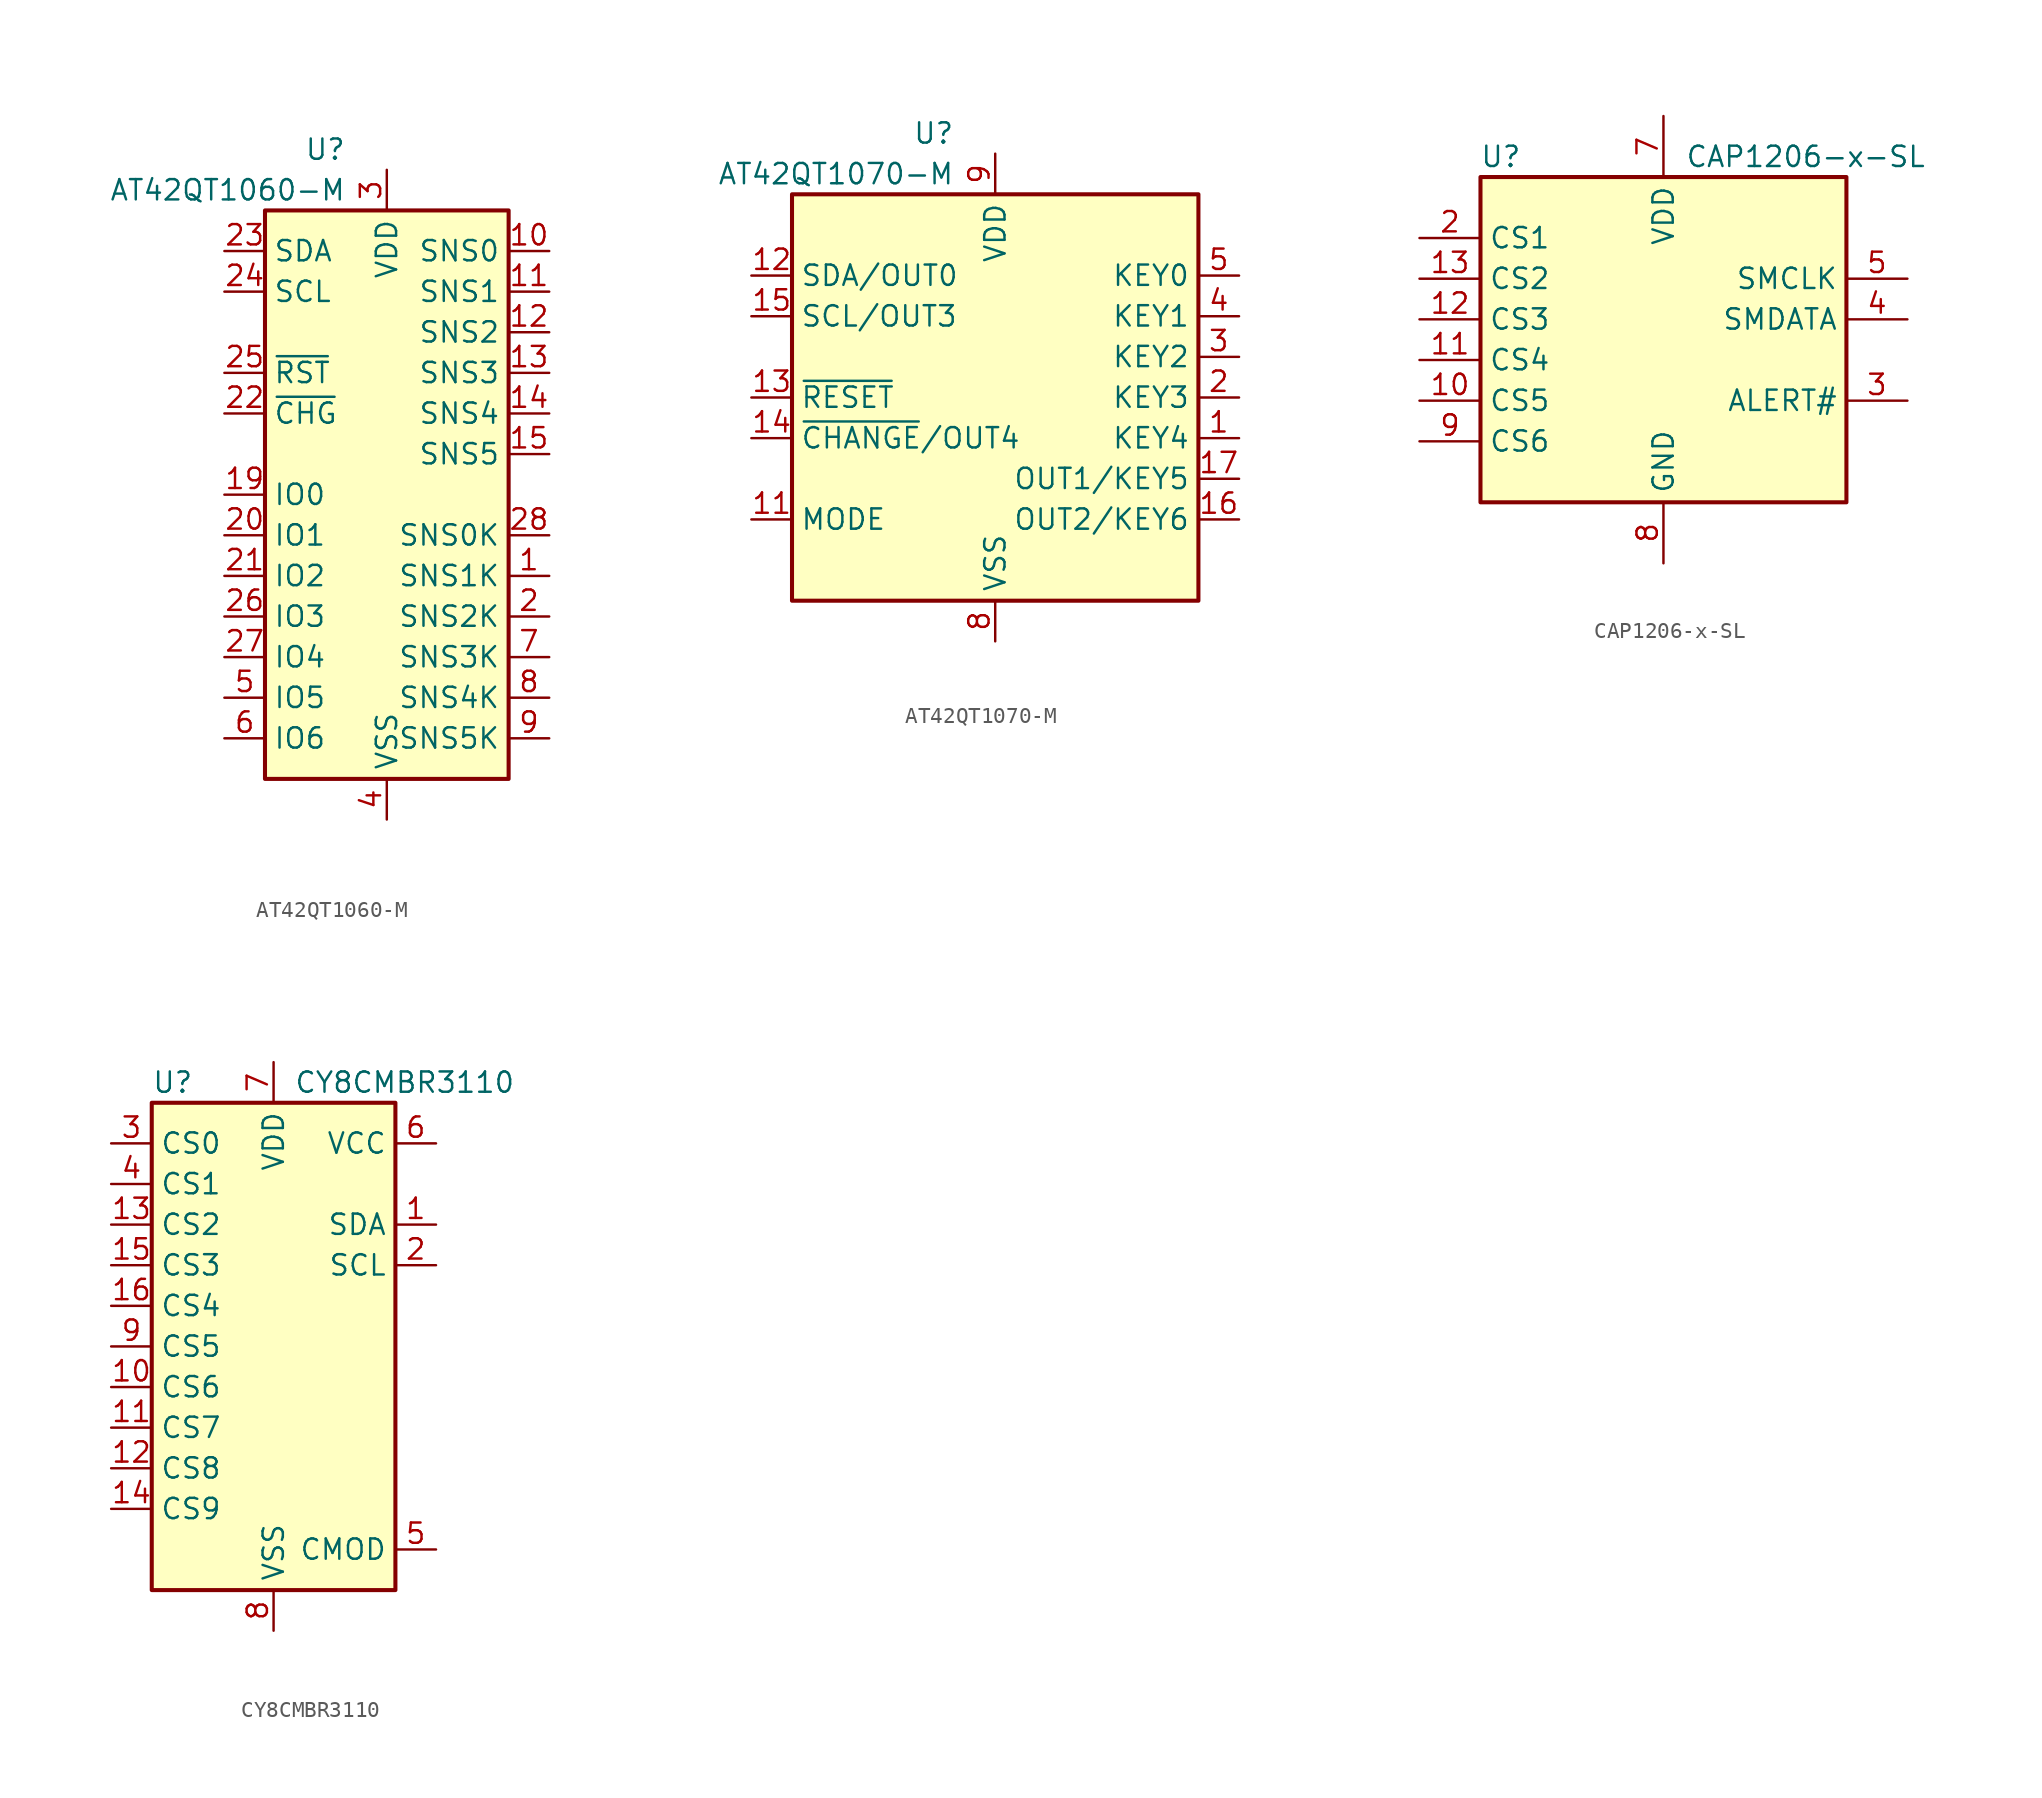
<source format=kicad_sym>
(kicad_symbol_lib
  (version 20231120)
  (generator "kicad_symbol_editor")
  (generator_version "8.0")
  (symbol "AT42QT1060-M"
    (property "Reference" "U"
      (at -2.54 21.59 0)
      (effects (font (size 1.27 1.27)) (justify right)))
    (property "Value" "AT42QT1060-M"
      (at -2.54 19.05 0)
      (effects (font (size 1.27 1.27)) (justify right)))
    (symbol "AT42QT1060-M_0_1"
      (rectangle (start 7.62 17.78) (end -7.62 -17.78) (stroke (width 0.254) (type default)) (fill (type background))))
    (symbol "AT42QT1060-M_1_1"
      (pin passive line (at 10.16 -5.08 180) (length 2.54) (name "SNS1K" (effects (font (size 1.27 1.27)))) (number "1" (effects (font (size 1.27 1.27)))))
      (pin passive line (at 10.16 15.24 180) (length 2.54) (name "SNS0" (effects (font (size 1.27 1.27)))) (number "10" (effects (font (size 1.27 1.27)))))
      (pin passive line (at 10.16 12.7 180) (length 2.54) (name "SNS1" (effects (font (size 1.27 1.27)))) (number "11" (effects (font (size 1.27 1.27)))))
      (pin passive line (at 10.16 10.16 180) (length 2.54) (name "SNS2" (effects (font (size 1.27 1.27)))) (number "12" (effects (font (size 1.27 1.27)))))
      (pin passive line (at 10.16 7.62 180) (length 2.54) (name "SNS3" (effects (font (size 1.27 1.27)))) (number "13" (effects (font (size 1.27 1.27)))))
      (pin passive line (at 10.16 5.08 180) (length 2.54) (name "SNS4" (effects (font (size 1.27 1.27)))) (number "14" (effects (font (size 1.27 1.27)))))
      (pin passive line (at 10.16 2.54 180) (length 2.54) (name "SNS5" (effects (font (size 1.27 1.27)))) (number "15" (effects (font (size 1.27 1.27)))))
      (pin passive line (at 0 20.32 270) (length 2.54) hide (name "VDD" (effects (font (size 1.27 1.27)))) (number "16" (effects (font (size 1.27 1.27)))))
      (pin passive line (at 0 20.32 270) (length 2.54) hide (name "VDD" (effects (font (size 1.27 1.27)))) (number "17" (effects (font (size 1.27 1.27)))))
      (pin passive line (at 0 -20.32 90) (length 2.54) hide (name "VSS" (effects (font (size 1.27 1.27)))) (number "18" (effects (font (size 1.27 1.27)))))
      (pin bidirectional line (at -10.16 0 0) (length 2.54) (name "IO0" (effects (font (size 1.27 1.27)))) (number "19" (effects (font (size 1.27 1.27)))))
      (pin passive line (at 10.16 -7.62 180) (length 2.54) (name "SNS2K" (effects (font (size 1.27 1.27)))) (number "2" (effects (font (size 1.27 1.27)))))
      (pin bidirectional line (at -10.16 -2.54 0) (length 2.54) (name "IO1" (effects (font (size 1.27 1.27)))) (number "20" (effects (font (size 1.27 1.27)))))
      (pin bidirectional line (at -10.16 -5.08 0) (length 2.54) (name "IO2" (effects (font (size 1.27 1.27)))) (number "21" (effects (font (size 1.27 1.27)))))
      (pin open_collector line (at -10.16 5.08 0) (length 2.54) (name "~{CHG}" (effects (font (size 1.27 1.27)))) (number "22" (effects (font (size 1.27 1.27)))))
      (pin bidirectional line (at -10.16 15.24 0) (length 2.54) (name "SDA" (effects (font (size 1.27 1.27)))) (number "23" (effects (font (size 1.27 1.27)))))
      (pin input line (at -10.16 12.7 0) (length 2.54) (name "SCL" (effects (font (size 1.27 1.27)))) (number "24" (effects (font (size 1.27 1.27)))))
      (pin input line (at -10.16 7.62 0) (length 2.54) (name "~{RST}" (effects (font (size 1.27 1.27)))) (number "25" (effects (font (size 1.27 1.27)))))
      (pin bidirectional line (at -10.16 -7.62 0) (length 2.54) (name "IO3" (effects (font (size 1.27 1.27)))) (number "26" (effects (font (size 1.27 1.27)))))
      (pin bidirectional line (at -10.16 -10.16 0) (length 2.54) (name "IO4" (effects (font (size 1.27 1.27)))) (number "27" (effects (font (size 1.27 1.27)))))
      (pin passive line (at 10.16 -2.54 180) (length 2.54) (name "SNS0K" (effects (font (size 1.27 1.27)))) (number "28" (effects (font (size 1.27 1.27)))))
      (pin passive line (at 0 -20.32 90) (length 2.54) hide (name "VSS" (effects (font (size 1.27 1.27)))) (number "29" (effects (font (size 1.27 1.27)))))
      (pin power_in line (at 0 20.32 270) (length 2.54) (name "VDD" (effects (font (size 1.27 1.27)))) (number "3" (effects (font (size 1.27 1.27)))))
      (pin power_in line (at 0 -20.32 90) (length 2.54) (name "VSS" (effects (font (size 1.27 1.27)))) (number "4" (effects (font (size 1.27 1.27)))))
      (pin bidirectional line (at -10.16 -12.7 0) (length 2.54) (name "IO5" (effects (font (size 1.27 1.27)))) (number "5" (effects (font (size 1.27 1.27)))))
      (pin bidirectional line (at -10.16 -15.24 0) (length 2.54) (name "IO6" (effects (font (size 1.27 1.27)))) (number "6" (effects (font (size 1.27 1.27)))))
      (pin passive line (at 10.16 -10.16 180) (length 2.54) (name "SNS3K" (effects (font (size 1.27 1.27)))) (number "7" (effects (font (size 1.27 1.27)))))
      (pin passive line (at 10.16 -12.7 180) (length 2.54) (name "SNS4K" (effects (font (size 1.27 1.27)))) (number "8" (effects (font (size 1.27 1.27)))))
      (pin passive line (at 10.16 -15.24 180) (length 2.54) (name "SNS5K" (effects (font (size 1.27 1.27)))) (number "9" (effects (font (size 1.27 1.27)))))))
  (symbol "AT42QT1070-M"
    (property "Reference" "U"
      (at -2.54 16.51 0)
      (effects (font (size 1.27 1.27)) (justify right)))
    (property "Value" "AT42QT1070-M"
      (at -2.54 13.97 0)
      (effects (font (size 1.27 1.27)) (justify right)))
    (symbol "AT42QT1070-M_0_1"
      (rectangle (start -12.7 12.7) (end 12.7 -12.7) (stroke (width 0.254) (type default)) (fill (type background))))
    (symbol "AT42QT1070-M_1_1"
      (pin passive line (at 15.24 -2.54 180) (length 2.54) (name "KEY4" (effects (font (size 1.27 1.27)))) (number "1" (effects (font (size 1.27 1.27)))))
      (pin no_connect line (at -5.08 -12.7 90) (length 2.54) hide (name "NC" (effects (font (size 1.27 1.27)))) (number "10" (effects (font (size 1.27 1.27)))))
      (pin input line (at -15.24 -7.62 0) (length 2.54) (name "MODE" (effects (font (size 1.27 1.27)))) (number "11" (effects (font (size 1.27 1.27)))))
      (pin bidirectional line (at -15.24 7.62 0) (length 2.54) (name "SDA/OUT0" (effects (font (size 1.27 1.27)))) (number "12" (effects (font (size 1.27 1.27)))))
      (pin input line (at -15.24 0 0) (length 2.54) (name "~{RESET}" (effects (font (size 1.27 1.27)))) (number "13" (effects (font (size 1.27 1.27)))))
      (pin open_collector line (at -15.24 -2.54 0) (length 2.54) (name "~{CHANGE}/OUT4" (effects (font (size 1.27 1.27)))) (number "14" (effects (font (size 1.27 1.27)))))
      (pin bidirectional line (at -15.24 5.08 0) (length 2.54) (name "SCL/OUT3" (effects (font (size 1.27 1.27)))) (number "15" (effects (font (size 1.27 1.27)))))
      (pin output line (at 15.24 -7.62 180) (length 2.54) (name "OUT2/KEY6" (effects (font (size 1.27 1.27)))) (number "16" (effects (font (size 1.27 1.27)))))
      (pin output line (at 15.24 -5.08 180) (length 2.54) (name "OUT1/KEY5" (effects (font (size 1.27 1.27)))) (number "17" (effects (font (size 1.27 1.27)))))
      (pin no_connect line (at 5.08 -12.7 90) (length 2.54) hide (name "NC" (effects (font (size 1.27 1.27)))) (number "18" (effects (font (size 1.27 1.27)))))
      (pin no_connect line (at 7.62 -12.7 90) (length 2.54) hide (name "NC" (effects (font (size 1.27 1.27)))) (number "19" (effects (font (size 1.27 1.27)))))
      (pin passive line (at 15.24 0 180) (length 2.54) (name "KEY3" (effects (font (size 1.27 1.27)))) (number "2" (effects (font (size 1.27 1.27)))))
      (pin no_connect line (at 10.16 -12.7 90) (length 2.54) hide (name "NC" (effects (font (size 1.27 1.27)))) (number "20" (effects (font (size 1.27 1.27)))))
      (pin passive line (at 0 -15.24 90) (length 2.54) hide (name "VSS" (effects (font (size 1.27 1.27)))) (number "21" (effects (font (size 1.27 1.27)))))
      (pin passive line (at 15.24 2.54 180) (length 2.54) (name "KEY2" (effects (font (size 1.27 1.27)))) (number "3" (effects (font (size 1.27 1.27)))))
      (pin passive line (at 15.24 5.08 180) (length 2.54) (name "KEY1" (effects (font (size 1.27 1.27)))) (number "4" (effects (font (size 1.27 1.27)))))
      (pin passive line (at 15.24 7.62 180) (length 2.54) (name "KEY0" (effects (font (size 1.27 1.27)))) (number "5" (effects (font (size 1.27 1.27)))))
      (pin no_connect line (at -10.16 -12.7 90) (length 2.54) hide (name "NC" (effects (font (size 1.27 1.27)))) (number "6" (effects (font (size 1.27 1.27)))))
      (pin no_connect line (at -7.62 -12.7 90) (length 2.54) hide (name "NC" (effects (font (size 1.27 1.27)))) (number "7" (effects (font (size 1.27 1.27)))))
      (pin power_in line (at 0 -15.24 90) (length 2.54) (name "VSS" (effects (font (size 1.27 1.27)))) (number "8" (effects (font (size 1.27 1.27)))))
      (pin power_in line (at 0 15.24 270) (length 2.54) (name "VDD" (effects (font (size 1.27 1.27)))) (number "9" (effects (font (size 1.27 1.27)))))))
  (symbol "CAP1206-x-SL"
    (property "Reference" "U"
      (at -10.16 12.7 0)
      (effects (font (size 1.27 1.27))))
    (property "Value" "CAP1206-x-SL"
      (at 8.89 12.7 0)
      (effects (font (size 1.27 1.27))))
    (symbol "CAP1206-x-SL_0_1"
      (rectangle (start -11.43 11.43) (end 11.43 -8.89) (stroke (width 0.254) (type default)) (fill (type background))))
    (symbol "CAP1206-x-SL_1_1"
      (pin passive line (at -15.24 -2.54 0) (length 3.81) (name "CS5" (effects (font (size 1.27 1.27)))) (number "10" (effects (font (size 1.27 1.27)))))
      (pin passive line (at -15.24 0 0) (length 3.81) (name "CS4" (effects (font (size 1.27 1.27)))) (number "11" (effects (font (size 1.27 1.27)))))
      (pin passive line (at -15.24 2.54 0) (length 3.81) (name "CS3" (effects (font (size 1.27 1.27)))) (number "12" (effects (font (size 1.27 1.27)))))
      (pin passive line (at -15.24 5.08 0) (length 3.81) (name "CS2" (effects (font (size 1.27 1.27)))) (number "13" (effects (font (size 1.27 1.27)))))
      (pin passive line (at -15.24 7.62 0) (length 3.81) (name "CS1" (effects (font (size 1.27 1.27)))) (number "2" (effects (font (size 1.27 1.27)))))
      (pin open_collector line (at 15.24 -2.54 180) (length 3.81) (name "ALERT#" (effects (font (size 1.27 1.27)))) (number "3" (effects (font (size 1.27 1.27)))))
      (pin bidirectional line (at 15.24 2.54 180) (length 3.81) (name "SMDATA" (effects (font (size 1.27 1.27)))) (number "4" (effects (font (size 1.27 1.27)))))
      (pin input line (at 15.24 5.08 180) (length 3.81) (name "SMCLK" (effects (font (size 1.27 1.27)))) (number "5" (effects (font (size 1.27 1.27)))))
      (pin power_in line (at 0 15.24 270) (length 3.81) (name "VDD" (effects (font (size 1.27 1.27)))) (number "7" (effects (font (size 1.27 1.27)))))
      (pin power_in line (at 0 -12.7 90) (length 3.81) (name "GND" (effects (font (size 1.27 1.27)))) (number "8" (effects (font (size 1.27 1.27)))))
      (pin passive line (at -15.24 -5.08 0) (length 3.81) (name "CS6" (effects (font (size 1.27 1.27)))) (number "9" (effects (font (size 1.27 1.27)))))))
  (symbol "CY8CMBR3110"
    (property "Reference" "U"
      (at -7.62 16.51 0)
      (effects (font (size 1.27 1.27)) (justify left)))
    (property "Value" "CY8CMBR3110"
      (at 1.27 16.51 0)
      (effects (font (size 1.27 1.27)) (justify left)))
    (symbol "CY8CMBR3110_0_1"
      (rectangle (start -7.62 15.24) (end 7.62 -15.24) (stroke (width 0.254) (type default)) (fill (type background))))
    (symbol "CY8CMBR3110_1_1"
      (pin bidirectional line (at 10.16 7.62 180) (length 2.54) (name "SDA" (effects (font (size 1.27 1.27)))) (number "1" (effects (font (size 1.27 1.27)))))
      (pin passive line (at -10.16 -2.54 0) (length 2.54) (name "CS6" (effects (font (size 1.27 1.27)))) (number "10" (effects (font (size 1.27 1.27)))))
      (pin passive line (at -10.16 -5.08 0) (length 2.54) (name "CS7" (effects (font (size 1.27 1.27)))) (number "11" (effects (font (size 1.27 1.27)))))
      (pin passive line (at -10.16 -7.62 0) (length 2.54) (name "CS8" (effects (font (size 1.27 1.27)))) (number "12" (effects (font (size 1.27 1.27)))))
      (pin passive line (at -10.16 7.62 0) (length 2.54) (name "CS2" (effects (font (size 1.27 1.27)))) (number "13" (effects (font (size 1.27 1.27)))))
      (pin passive line (at -10.16 -10.16 0) (length 2.54) (name "CS9" (effects (font (size 1.27 1.27)))) (number "14" (effects (font (size 1.27 1.27)))))
      (pin passive line (at -10.16 5.08 0) (length 2.54) (name "CS3" (effects (font (size 1.27 1.27)))) (number "15" (effects (font (size 1.27 1.27)))))
      (pin passive line (at -10.16 2.54 0) (length 2.54) (name "CS4" (effects (font (size 1.27 1.27)))) (number "16" (effects (font (size 1.27 1.27)))))
      (pin input line (at 10.16 5.08 180) (length 2.54) (name "SCL" (effects (font (size 1.27 1.27)))) (number "2" (effects (font (size 1.27 1.27)))))
      (pin passive line (at -10.16 12.7 0) (length 2.54) (name "CS0" (effects (font (size 1.27 1.27)))) (number "3" (effects (font (size 1.27 1.27)))))
      (pin passive line (at -10.16 10.16 0) (length 2.54) (name "CS1" (effects (font (size 1.27 1.27)))) (number "4" (effects (font (size 1.27 1.27)))))
      (pin passive line (at 10.16 -12.7 180) (length 2.54) (name "CMOD" (effects (font (size 1.27 1.27)))) (number "5" (effects (font (size 1.27 1.27)))))
      (pin passive line (at 10.16 12.7 180) (length 2.54) (name "VCC" (effects (font (size 1.27 1.27)))) (number "6" (effects (font (size 1.27 1.27)))))
      (pin power_in line (at 0 17.78 270) (length 2.54) (name "VDD" (effects (font (size 1.27 1.27)))) (number "7" (effects (font (size 1.27 1.27)))))
      (pin power_in line (at 0 -17.78 90) (length 2.54) (name "VSS" (effects (font (size 1.27 1.27)))) (number "8" (effects (font (size 1.27 1.27)))))
      (pin passive line (at -10.16 0 0) (length 2.54) (name "CS5" (effects (font (size 1.27 1.27)))) (number "9" (effects (font (size 1.27 1.27))))))))
</source>
